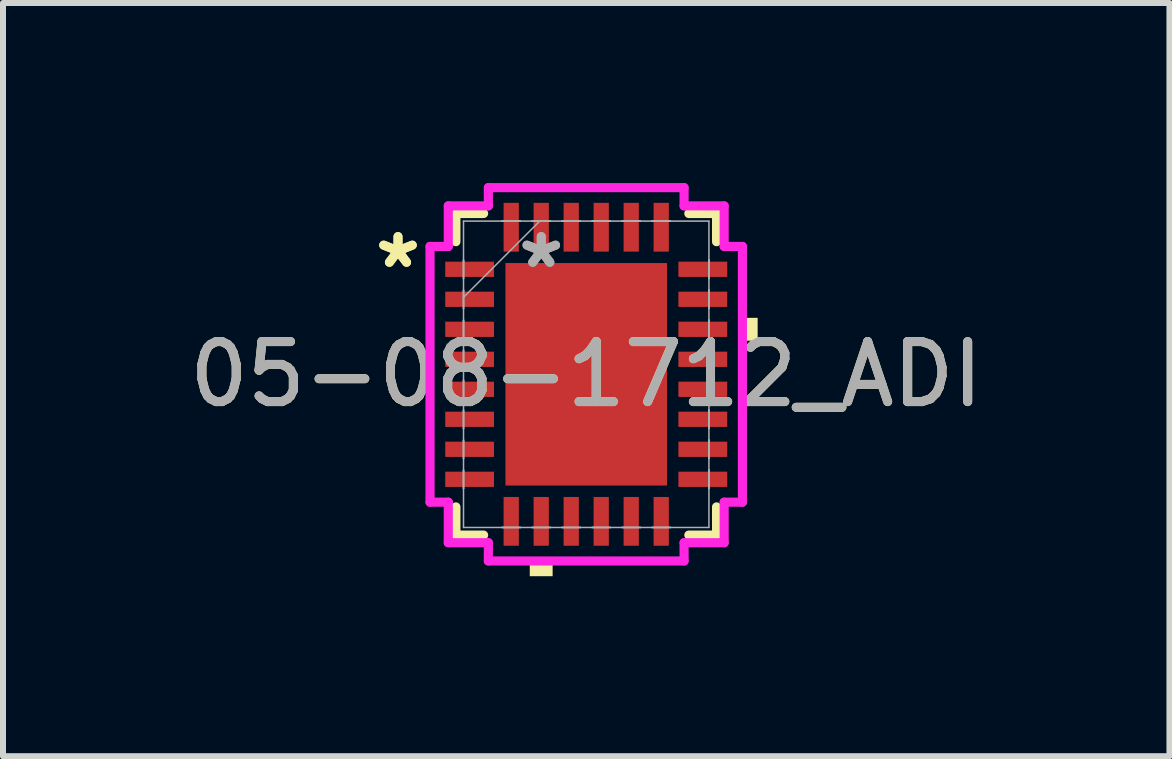
<source format=kicad_pcb>
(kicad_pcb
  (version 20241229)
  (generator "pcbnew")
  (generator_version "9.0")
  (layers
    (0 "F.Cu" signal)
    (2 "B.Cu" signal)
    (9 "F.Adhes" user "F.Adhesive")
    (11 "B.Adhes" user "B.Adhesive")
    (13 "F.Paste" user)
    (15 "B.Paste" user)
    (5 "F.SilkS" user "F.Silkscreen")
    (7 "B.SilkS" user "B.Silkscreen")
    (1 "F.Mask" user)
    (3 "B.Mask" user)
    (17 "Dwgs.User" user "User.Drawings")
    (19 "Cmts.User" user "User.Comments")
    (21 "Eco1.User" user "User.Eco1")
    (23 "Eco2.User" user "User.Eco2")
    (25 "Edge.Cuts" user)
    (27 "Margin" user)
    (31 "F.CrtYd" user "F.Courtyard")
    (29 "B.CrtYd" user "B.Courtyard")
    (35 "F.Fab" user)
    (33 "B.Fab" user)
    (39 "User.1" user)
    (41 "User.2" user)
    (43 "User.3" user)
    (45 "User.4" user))
  (footprint "05-08-1712_ADI"
    (layer "F.Cu")
    (at 6.72 3.188)
    (property "Reference" "05-08-1712_ADI" (at 0 0 0) (unlocked yes) (layer "F.SilkS") (effects (font (size 1 1) (thickness 0.15))))
    (attr smd)
    (fp_line (start -2.172 -2.68) (end -2.172 -2.21) (stroke (width 0.152) (type solid)) (layer "F.SilkS"))
    (fp_line (start -2.172 2.21) (end -2.172 2.68) (stroke (width 0.152) (type solid)) (layer "F.SilkS"))
    (fp_line (start -2.172 2.68) (end -1.71 2.68) (stroke (width 0.152) (type solid)) (layer "F.SilkS"))
    (fp_line (start -1.71 -2.68) (end -2.172 -2.68) (stroke (width 0.152) (type solid)) (layer "F.SilkS"))
    (fp_line (start 1.71 2.68) (end 2.172 2.68) (stroke (width 0.152) (type solid)) (layer "F.SilkS"))
    (fp_line (start 2.172 -2.68) (end 1.71 -2.68) (stroke (width 0.152) (type solid)) (layer "F.SilkS"))
    (fp_line (start 2.172 -2.21) (end 2.172 -2.68) (stroke (width 0.152) (type solid)) (layer "F.SilkS"))
    (fp_line (start 2.172 2.68) (end 2.172 2.21) (stroke (width 0.152) (type solid)) (layer "F.SilkS"))
    (fp_poly (pts (xy -0.941 3.111) (xy -0.941 3.365) (xy -0.56 3.365) (xy -0.56 3.111)) (stroke (width 0) (type solid)) (fill yes) (layer "F.SilkS"))
    (fp_poly (pts (xy 2.857 -0.941) (xy 2.857 -0.56) (xy 2.603 -0.56) (xy 2.603 -0.941)) (stroke (width 0) (type solid)) (fill yes) (layer "F.SilkS"))
    (fp_line (start -2.603 -2.131) (end -2.299 -2.131) (stroke (width 0.152) (type solid)) (layer "F.CrtYd"))
    (fp_line (start -2.603 2.131) (end -2.603 -2.131) (stroke (width 0.152) (type solid)) (layer "F.CrtYd"))
    (fp_line (start -2.299 -2.807) (end -1.631 -2.807) (stroke (width 0.152) (type solid)) (layer "F.CrtYd"))
    (fp_line (start -2.299 -2.131) (end -2.299 -2.807) (stroke (width 0.152) (type solid)) (layer "F.CrtYd"))
    (fp_line (start -2.299 2.131) (end -2.603 2.131) (stroke (width 0.152) (type solid)) (layer "F.CrtYd"))
    (fp_line (start -2.299 2.807) (end -2.299 2.131) (stroke (width 0.152) (type solid)) (layer "F.CrtYd"))
    (fp_line (start -1.631 -3.111) (end 1.631 -3.111) (stroke (width 0.152) (type solid)) (layer "F.CrtYd"))
    (fp_line (start -1.631 -2.807) (end -1.631 -3.111) (stroke (width 0.152) (type solid)) (layer "F.CrtYd"))
    (fp_line (start -1.631 2.807) (end -2.299 2.807) (stroke (width 0.152) (type solid)) (layer "F.CrtYd"))
    (fp_line (start -1.631 3.111) (end -1.631 2.807) (stroke (width 0.152) (type solid)) (layer "F.CrtYd"))
    (fp_line (start 1.631 -3.111) (end 1.631 -2.807) (stroke (width 0.152) (type solid)) (layer "F.CrtYd"))
    (fp_line (start 1.631 -2.807) (end 2.299 -2.807) (stroke (width 0.152) (type solid)) (layer "F.CrtYd"))
    (fp_line (start 1.631 2.807) (end 1.631 3.111) (stroke (width 0.152) (type solid)) (layer "F.CrtYd"))
    (fp_line (start 1.631 3.111) (end -1.631 3.111) (stroke (width 0.152) (type solid)) (layer "F.CrtYd"))
    (fp_line (start 2.299 -2.807) (end 2.299 -2.131) (stroke (width 0.152) (type solid)) (layer "F.CrtYd"))
    (fp_line (start 2.299 -2.131) (end 2.603 -2.131) (stroke (width 0.152) (type solid)) (layer "F.CrtYd"))
    (fp_line (start 2.299 2.131) (end 2.299 2.807) (stroke (width 0.152) (type solid)) (layer "F.CrtYd"))
    (fp_line (start 2.299 2.807) (end 1.631 2.807) (stroke (width 0.152) (type solid)) (layer "F.CrtYd"))
    (fp_line (start 2.603 -2.131) (end 2.603 2.131) (stroke (width 0.152) (type solid)) (layer "F.CrtYd"))
    (fp_line (start 2.603 2.131) (end 2.299 2.131) (stroke (width 0.152) (type solid)) (layer "F.CrtYd"))
    (fp_line (start -2.045 -2.553) (end -2.045 2.553) (stroke (width 0.025) (type solid)) (layer "F.Fab"))
    (fp_line (start -2.045 -1.902) (end -2.045 -1.902) (stroke (width 0.025) (type solid)) (layer "F.Fab"))
    (fp_line (start -2.045 -1.902) (end -2.045 -1.598) (stroke (width 0.025) (type solid)) (layer "F.Fab"))
    (fp_line (start -2.045 -1.598) (end -2.045 -1.902) (stroke (width 0.025) (type solid)) (layer "F.Fab"))
    (fp_line (start -2.045 -1.598) (end -2.045 -1.598) (stroke (width 0.025) (type solid)) (layer "F.Fab"))
    (fp_line (start -2.045 -1.402) (end -2.045 -1.402) (stroke (width 0.025) (type solid)) (layer "F.Fab"))
    (fp_line (start -2.045 -1.402) (end -2.045 -1.098) (stroke (width 0.025) (type solid)) (layer "F.Fab"))
    (fp_line (start -2.045 -1.283) (end -0.775 -2.553) (stroke (width 0.025) (type solid)) (layer "F.Fab"))
    (fp_line (start -2.045 -1.098) (end -2.045 -1.402) (stroke (width 0.025) (type solid)) (layer "F.Fab"))
    (fp_line (start -2.045 -1.098) (end -2.045 -1.098) (stroke (width 0.025) (type solid)) (layer "F.Fab"))
    (fp_line (start -2.045 -0.902) (end -2.045 -0.902) (stroke (width 0.025) (type solid)) (layer "F.Fab"))
    (fp_line (start -2.045 -0.902) (end -2.045 -0.598) (stroke (width 0.025) (type solid)) (layer "F.Fab"))
    (fp_line (start -2.045 -0.598) (end -2.045 -0.902) (stroke (width 0.025) (type solid)) (layer "F.Fab"))
    (fp_line (start -2.045 -0.598) (end -2.045 -0.598) (stroke (width 0.025) (type solid)) (layer "F.Fab"))
    (fp_line (start -2.045 -0.402) (end -2.045 -0.402) (stroke (width 0.025) (type solid)) (layer "F.Fab"))
    (fp_line (start -2.045 -0.402) (end -2.045 -0.098) (stroke (width 0.025) (type solid)) (layer "F.Fab"))
    (fp_line (start -2.045 -0.098) (end -2.045 -0.402) (stroke (width 0.025) (type solid)) (layer "F.Fab"))
    (fp_line (start -2.045 -0.098) (end -2.045 -0.098) (stroke (width 0.025) (type solid)) (layer "F.Fab"))
    (fp_line (start -2.045 0.098) (end -2.045 0.098) (stroke (width 0.025) (type solid)) (layer "F.Fab"))
    (fp_line (start -2.045 0.098) (end -2.045 0.402) (stroke (width 0.025) (type solid)) (layer "F.Fab"))
    (fp_line (start -2.045 0.402) (end -2.045 0.098) (stroke (width 0.025) (type solid)) (layer "F.Fab"))
    (fp_line (start -2.045 0.402) (end -2.045 0.402) (stroke (width 0.025) (type solid)) (layer "F.Fab"))
    (fp_line (start -2.045 0.598) (end -2.045 0.598) (stroke (width 0.025) (type solid)) (layer "F.Fab"))
    (fp_line (start -2.045 0.598) (end -2.045 0.902) (stroke (width 0.025) (type solid)) (layer "F.Fab"))
    (fp_line (start -2.045 0.902) (end -2.045 0.598) (stroke (width 0.025) (type solid)) (layer "F.Fab"))
    (fp_line (start -2.045 0.902) (end -2.045 0.902) (stroke (width 0.025) (type solid)) (layer "F.Fab"))
    (fp_line (start -2.045 1.098) (end -2.045 1.098) (stroke (width 0.025) (type solid)) (layer "F.Fab"))
    (fp_line (start -2.045 1.098) (end -2.045 1.402) (stroke (width 0.025) (type solid)) (layer "F.Fab"))
    (fp_line (start -2.045 1.402) (end -2.045 1.098) (stroke (width 0.025) (type solid)) (layer "F.Fab"))
    (fp_line (start -2.045 1.402) (end -2.045 1.402) (stroke (width 0.025) (type solid)) (layer "F.Fab"))
    (fp_line (start -2.045 1.598) (end -2.045 1.598) (stroke (width 0.025) (type solid)) (layer "F.Fab"))
    (fp_line (start -2.045 1.598) (end -2.045 1.902) (stroke (width 0.025) (type solid)) (layer "F.Fab"))
    (fp_line (start -2.045 1.902) (end -2.045 1.598) (stroke (width 0.025) (type solid)) (layer "F.Fab"))
    (fp_line (start -2.045 1.902) (end -2.045 1.902) (stroke (width 0.025) (type solid)) (layer "F.Fab"))
    (fp_line (start -2.045 2.553) (end 2.045 2.553) (stroke (width 0.025) (type solid)) (layer "F.Fab"))
    (fp_line (start -1.402 -2.553) (end -1.402 -2.553) (stroke (width 0.025) (type solid)) (layer "F.Fab"))
    (fp_line (start -1.402 -2.553) (end -1.098 -2.553) (stroke (width 0.025) (type solid)) (layer "F.Fab"))
    (fp_line (start -1.402 2.553) (end -1.402 2.553) (stroke (width 0.025) (type solid)) (layer "F.Fab"))
    (fp_line (start -1.402 2.553) (end -1.098 2.553) (stroke (width 0.025) (type solid)) (layer "F.Fab"))
    (fp_line (start -1.098 -2.553) (end -1.402 -2.553) (stroke (width 0.025) (type solid)) (layer "F.Fab"))
    (fp_line (start -1.098 -2.553) (end -1.098 -2.553) (stroke (width 0.025) (type solid)) (layer "F.Fab"))
    (fp_line (start -1.098 2.553) (end -1.402 2.553) (stroke (width 0.025) (type solid)) (layer "F.Fab"))
    (fp_line (start -1.098 2.553) (end -1.098 2.553) (stroke (width 0.025) (type solid)) (layer "F.Fab"))
    (fp_line (start -0.902 -2.553) (end -0.902 -2.553) (stroke (width 0.025) (type solid)) (layer "F.Fab"))
    (fp_line (start -0.902 -2.553) (end -0.598 -2.553) (stroke (width 0.025) (type solid)) (layer "F.Fab"))
    (fp_line (start -0.902 2.553) (end -0.902 2.553) (stroke (width 0.025) (type solid)) (layer "F.Fab"))
    (fp_line (start -0.902 2.553) (end -0.598 2.553) (stroke (width 0.025) (type solid)) (layer "F.Fab"))
    (fp_line (start -0.598 -2.553) (end -0.902 -2.553) (stroke (width 0.025) (type solid)) (layer "F.Fab"))
    (fp_line (start -0.598 -2.553) (end -0.598 -2.553) (stroke (width 0.025) (type solid)) (layer "F.Fab"))
    (fp_line (start -0.598 2.553) (end -0.902 2.553) (stroke (width 0.025) (type solid)) (layer "F.Fab"))
    (fp_line (start -0.598 2.553) (end -0.598 2.553) (stroke (width 0.025) (type solid)) (layer "F.Fab"))
    (fp_line (start -0.402 -2.553) (end -0.402 -2.553) (stroke (width 0.025) (type solid)) (layer "F.Fab"))
    (fp_line (start -0.402 -2.553) (end -0.098 -2.553) (stroke (width 0.025) (type solid)) (layer "F.Fab"))
    (fp_line (start -0.402 2.553) (end -0.402 2.553) (stroke (width 0.025) (type solid)) (layer "F.Fab"))
    (fp_line (start -0.402 2.553) (end -0.098 2.553) (stroke (width 0.025) (type solid)) (layer "F.Fab"))
    (fp_line (start -0.098 -2.553) (end -0.402 -2.553) (stroke (width 0.025) (type solid)) (layer "F.Fab"))
    (fp_line (start -0.098 -2.553) (end -0.098 -2.553) (stroke (width 0.025) (type solid)) (layer "F.Fab"))
    (fp_line (start -0.098 2.553) (end -0.402 2.553) (stroke (width 0.025) (type solid)) (layer "F.Fab"))
    (fp_line (start -0.098 2.553) (end -0.098 2.553) (stroke (width 0.025) (type solid)) (layer "F.Fab"))
    (fp_line (start 0.098 -2.553) (end 0.098 -2.553) (stroke (width 0.025) (type solid)) (layer "F.Fab"))
    (fp_line (start 0.098 -2.553) (end 0.402 -2.553) (stroke (width 0.025) (type solid)) (layer "F.Fab"))
    (fp_line (start 0.098 2.553) (end 0.098 2.553) (stroke (width 0.025) (type solid)) (layer "F.Fab"))
    (fp_line (start 0.098 2.553) (end 0.402 2.553) (stroke (width 0.025) (type solid)) (layer "F.Fab"))
    (fp_line (start 0.402 -2.553) (end 0.098 -2.553) (stroke (width 0.025) (type solid)) (layer "F.Fab"))
    (fp_line (start 0.402 -2.553) (end 0.402 -2.553) (stroke (width 0.025) (type solid)) (layer "F.Fab"))
    (fp_line (start 0.402 2.553) (end 0.098 2.553) (stroke (width 0.025) (type solid)) (layer "F.Fab"))
    (fp_line (start 0.402 2.553) (end 0.402 2.553) (stroke (width 0.025) (type solid)) (layer "F.Fab"))
    (fp_line (start 0.598 -2.553) (end 0.598 -2.553) (stroke (width 0.025) (type solid)) (layer "F.Fab"))
    (fp_line (start 0.598 -2.553) (end 0.902 -2.553) (stroke (width 0.025) (type solid)) (layer "F.Fab"))
    (fp_line (start 0.598 2.553) (end 0.598 2.553) (stroke (width 0.025) (type solid)) (layer "F.Fab"))
    (fp_line (start 0.598 2.553) (end 0.902 2.553) (stroke (width 0.025) (type solid)) (layer "F.Fab"))
    (fp_line (start 0.902 -2.553) (end 0.598 -2.553) (stroke (width 0.025) (type solid)) (layer "F.Fab"))
    (fp_line (start 0.902 -2.553) (end 0.902 -2.553) (stroke (width 0.025) (type solid)) (layer "F.Fab"))
    (fp_line (start 0.902 2.553) (end 0.598 2.553) (stroke (width 0.025) (type solid)) (layer "F.Fab"))
    (fp_line (start 0.902 2.553) (end 0.902 2.553) (stroke (width 0.025) (type solid)) (layer "F.Fab"))
    (fp_line (start 1.098 -2.553) (end 1.098 -2.553) (stroke (width 0.025) (type solid)) (layer "F.Fab"))
    (fp_line (start 1.098 -2.553) (end 1.402 -2.553) (stroke (width 0.025) (type solid)) (layer "F.Fab"))
    (fp_line (start 1.098 2.553) (end 1.098 2.553) (stroke (width 0.025) (type solid)) (layer "F.Fab"))
    (fp_line (start 1.098 2.553) (end 1.402 2.553) (stroke (width 0.025) (type solid)) (layer "F.Fab"))
    (fp_line (start 1.402 -2.553) (end 1.098 -2.553) (stroke (width 0.025) (type solid)) (layer "F.Fab"))
    (fp_line (start 1.402 -2.553) (end 1.402 -2.553) (stroke (width 0.025) (type solid)) (layer "F.Fab"))
    (fp_line (start 1.402 2.553) (end 1.098 2.553) (stroke (width 0.025) (type solid)) (layer "F.Fab"))
    (fp_line (start 1.402 2.553) (end 1.402 2.553) (stroke (width 0.025) (type solid)) (layer "F.Fab"))
    (fp_line (start 2.045 -2.553) (end -2.045 -2.553) (stroke (width 0.025) (type solid)) (layer "F.Fab"))
    (fp_line (start 2.045 -1.902) (end 2.045 -1.902) (stroke (width 0.025) (type solid)) (layer "F.Fab"))
    (fp_line (start 2.045 -1.902) (end 2.045 -1.598) (stroke (width 0.025) (type solid)) (layer "F.Fab"))
    (fp_line (start 2.045 -1.598) (end 2.045 -1.902) (stroke (width 0.025) (type solid)) (layer "F.Fab"))
    (fp_line (start 2.045 -1.598) (end 2.045 -1.598) (stroke (width 0.025) (type solid)) (layer "F.Fab"))
    (fp_line (start 2.045 -1.402) (end 2.045 -1.402) (stroke (width 0.025) (type solid)) (layer "F.Fab"))
    (fp_line (start 2.045 -1.402) (end 2.045 -1.098) (stroke (width 0.025) (type solid)) (layer "F.Fab"))
    (fp_line (start 2.045 -1.098) (end 2.045 -1.402) (stroke (width 0.025) (type solid)) (layer "F.Fab"))
    (fp_line (start 2.045 -1.098) (end 2.045 -1.098) (stroke (width 0.025) (type solid)) (layer "F.Fab"))
    (fp_line (start 2.045 -0.902) (end 2.045 -0.902) (stroke (width 0.025) (type solid)) (layer "F.Fab"))
    (fp_line (start 2.045 -0.902) (end 2.045 -0.598) (stroke (width 0.025) (type solid)) (layer "F.Fab"))
    (fp_line (start 2.045 -0.598) (end 2.045 -0.902) (stroke (width 0.025) (type solid)) (layer "F.Fab"))
    (fp_line (start 2.045 -0.598) (end 2.045 -0.598) (stroke (width 0.025) (type solid)) (layer "F.Fab"))
    (fp_line (start 2.045 -0.402) (end 2.045 -0.402) (stroke (width 0.025) (type solid)) (layer "F.Fab"))
    (fp_line (start 2.045 -0.402) (end 2.045 -0.098) (stroke (width 0.025) (type solid)) (layer "F.Fab"))
    (fp_line (start 2.045 -0.098) (end 2.045 -0.402) (stroke (width 0.025) (type solid)) (layer "F.Fab"))
    (fp_line (start 2.045 -0.098) (end 2.045 -0.098) (stroke (width 0.025) (type solid)) (layer "F.Fab"))
    (fp_line (start 2.045 0.098) (end 2.045 0.098) (stroke (width 0.025) (type solid)) (layer "F.Fab"))
    (fp_line (start 2.045 0.098) (end 2.045 0.402) (stroke (width 0.025) (type solid)) (layer "F.Fab"))
    (fp_line (start 2.045 0.402) (end 2.045 0.098) (stroke (width 0.025) (type solid)) (layer "F.Fab"))
    (fp_line (start 2.045 0.402) (end 2.045 0.402) (stroke (width 0.025) (type solid)) (layer "F.Fab"))
    (fp_line (start 2.045 0.598) (end 2.045 0.598) (stroke (width 0.025) (type solid)) (layer "F.Fab"))
    (fp_line (start 2.045 0.598) (end 2.045 0.902) (stroke (width 0.025) (type solid)) (layer "F.Fab"))
    (fp_line (start 2.045 0.902) (end 2.045 0.598) (stroke (width 0.025) (type solid)) (layer "F.Fab"))
    (fp_line (start 2.045 0.902) (end 2.045 0.902) (stroke (width 0.025) (type solid)) (layer "F.Fab"))
    (fp_line (start 2.045 1.098) (end 2.045 1.098) (stroke (width 0.025) (type solid)) (layer "F.Fab"))
    (fp_line (start 2.045 1.098) (end 2.045 1.402) (stroke (width 0.025) (type solid)) (layer "F.Fab"))
    (fp_line (start 2.045 1.402) (end 2.045 1.098) (stroke (width 0.025) (type solid)) (layer "F.Fab"))
    (fp_line (start 2.045 1.402) (end 2.045 1.402) (stroke (width 0.025) (type solid)) (layer "F.Fab"))
    (fp_line (start 2.045 1.598) (end 2.045 1.598) (stroke (width 0.025) (type solid)) (layer "F.Fab"))
    (fp_line (start 2.045 1.598) (end 2.045 1.902) (stroke (width 0.025) (type solid)) (layer "F.Fab"))
    (fp_line (start 2.045 1.902) (end 2.045 1.598) (stroke (width 0.025) (type solid)) (layer "F.Fab"))
    (fp_line (start 2.045 1.902) (end 2.045 1.902) (stroke (width 0.025) (type solid)) (layer "F.Fab"))
    (fp_line (start 2.045 2.553) (end 2.045 -2.553) (stroke (width 0.025) (type solid)) (layer "F.Fab"))
    (fp_text user "*" (at -3.137 -1.75 0) (unlocked yes) (layer "F.SilkS") (effects (font (size 1 1) (thickness 0.15))))
    (fp_text user "*" (at -3.137 -1.75 0) (layer "F.SilkS") (effects (font (size 1 1) (thickness 0.15))))
    (fp_text user "${REFERENCE}" (at 0 0 0) (unlocked yes) (layer "F.Fab") (effects (font (size 1 1) (thickness 0.15))))
    (fp_text user "*" (at -0.749 -1.75 0) (layer "F.Fab") (effects (font (size 1 1) (thickness 0.15))))
    (fp_text user "*" (at -0.749 -1.75 0) (unlocked yes) (layer "F.Fab") (effects (font (size 1 1) (thickness 0.15))))
    (pad "1" smd rect (at -1.943 -1.75 90) (size 0.254 0.813) (layers "F.Cu" "F.Mask" "F.Paste"))
    (pad "2" smd rect (at -1.943 -1.25 90) (size 0.254 0.813) (layers "F.Cu" "F.Mask" "F.Paste"))
    (pad "3" smd rect (at -1.943 -0.75 90) (size 0.254 0.813) (layers "F.Cu" "F.Mask" "F.Paste"))
    (pad "4" smd rect (at -1.943 -0.25 90) (size 0.254 0.813) (layers "F.Cu" "F.Mask" "F.Paste"))
    (pad "5" smd rect (at -1.943 0.25 90) (size 0.254 0.813) (layers "F.Cu" "F.Mask" "F.Paste"))
    (pad "6" smd rect (at -1.943 0.75 90) (size 0.254 0.813) (layers "F.Cu" "F.Mask" "F.Paste"))
    (pad "7" smd rect (at -1.943 1.25 90) (size 0.254 0.813) (layers "F.Cu" "F.Mask" "F.Paste"))
    (pad "8" smd rect (at -1.943 1.75 90) (size 0.254 0.813) (layers "F.Cu" "F.Mask" "F.Paste"))
    (pad "9" smd rect (at -1.25 2.451) (size 0.254 0.813) (layers "F.Cu" "F.Mask" "F.Paste"))
    (pad "10" smd rect (at -0.75 2.451) (size 0.254 0.813) (layers "F.Cu" "F.Mask" "F.Paste"))
    (pad "11" smd rect (at -0.25 2.451) (size 0.254 0.813) (layers "F.Cu" "F.Mask" "F.Paste"))
    (pad "12" smd rect (at 0.25 2.451) (size 0.254 0.813) (layers "F.Cu" "F.Mask" "F.Paste"))
    (pad "13" smd rect (at 0.75 2.451) (size 0.254 0.813) (layers "F.Cu" "F.Mask" "F.Paste"))
    (pad "14" smd rect (at 1.25 2.451) (size 0.254 0.813) (layers "F.Cu" "F.Mask" "F.Paste"))
    (pad "15" smd rect (at 1.943 1.75 90) (size 0.254 0.813) (layers "F.Cu" "F.Mask" "F.Paste"))
    (pad "16" smd rect (at 1.943 1.25 90) (size 0.254 0.813) (layers "F.Cu" "F.Mask" "F.Paste"))
    (pad "17" smd rect (at 1.943 0.75 90) (size 0.254 0.813) (layers "F.Cu" "F.Mask" "F.Paste"))
    (pad "18" smd rect (at 1.943 0.25 90) (size 0.254 0.813) (layers "F.Cu" "F.Mask" "F.Paste"))
    (pad "19" smd rect (at 1.943 -0.25 90) (size 0.254 0.813) (layers "F.Cu" "F.Mask" "F.Paste"))
    (pad "20" smd rect (at 1.943 -0.75 90) (size 0.254 0.813) (layers "F.Cu" "F.Mask" "F.Paste"))
    (pad "21" smd rect (at 1.943 -1.25 90) (size 0.254 0.813) (layers "F.Cu" "F.Mask" "F.Paste"))
    (pad "22" smd rect (at 1.943 -1.75 90) (size 0.254 0.813) (layers "F.Cu" "F.Mask" "F.Paste"))
    (pad "23" smd rect (at 1.25 -2.451) (size 0.254 0.813) (layers "F.Cu" "F.Mask" "F.Paste"))
    (pad "24" smd rect (at 0.75 -2.451) (size 0.254 0.813) (layers "F.Cu" "F.Mask" "F.Paste"))
    (pad "25" smd rect (at 0.25 -2.451) (size 0.254 0.813) (layers "F.Cu" "F.Mask" "F.Paste"))
    (pad "26" smd rect (at -0.25 -2.451) (size 0.254 0.813) (layers "F.Cu" "F.Mask" "F.Paste"))
    (pad "27" smd rect (at -0.75 -2.451) (size 0.254 0.813) (layers "F.Cu" "F.Mask" "F.Paste"))
    (pad "28" smd rect (at -1.25 -2.451) (size 0.254 0.813) (layers "F.Cu" "F.Mask" "F.Paste"))
    (pad "29" smd rect (at 0 0) (size 2.692 3.708) (layers "F.Cu" "F.Mask" "F.Paste")))
  (gr_rect
    (start -3 -3)
    (end 16.44 9.553)
    (stroke (width 0.1) (type default))
    (fill no)
    (layer "Edge.Cuts")))
</source>
